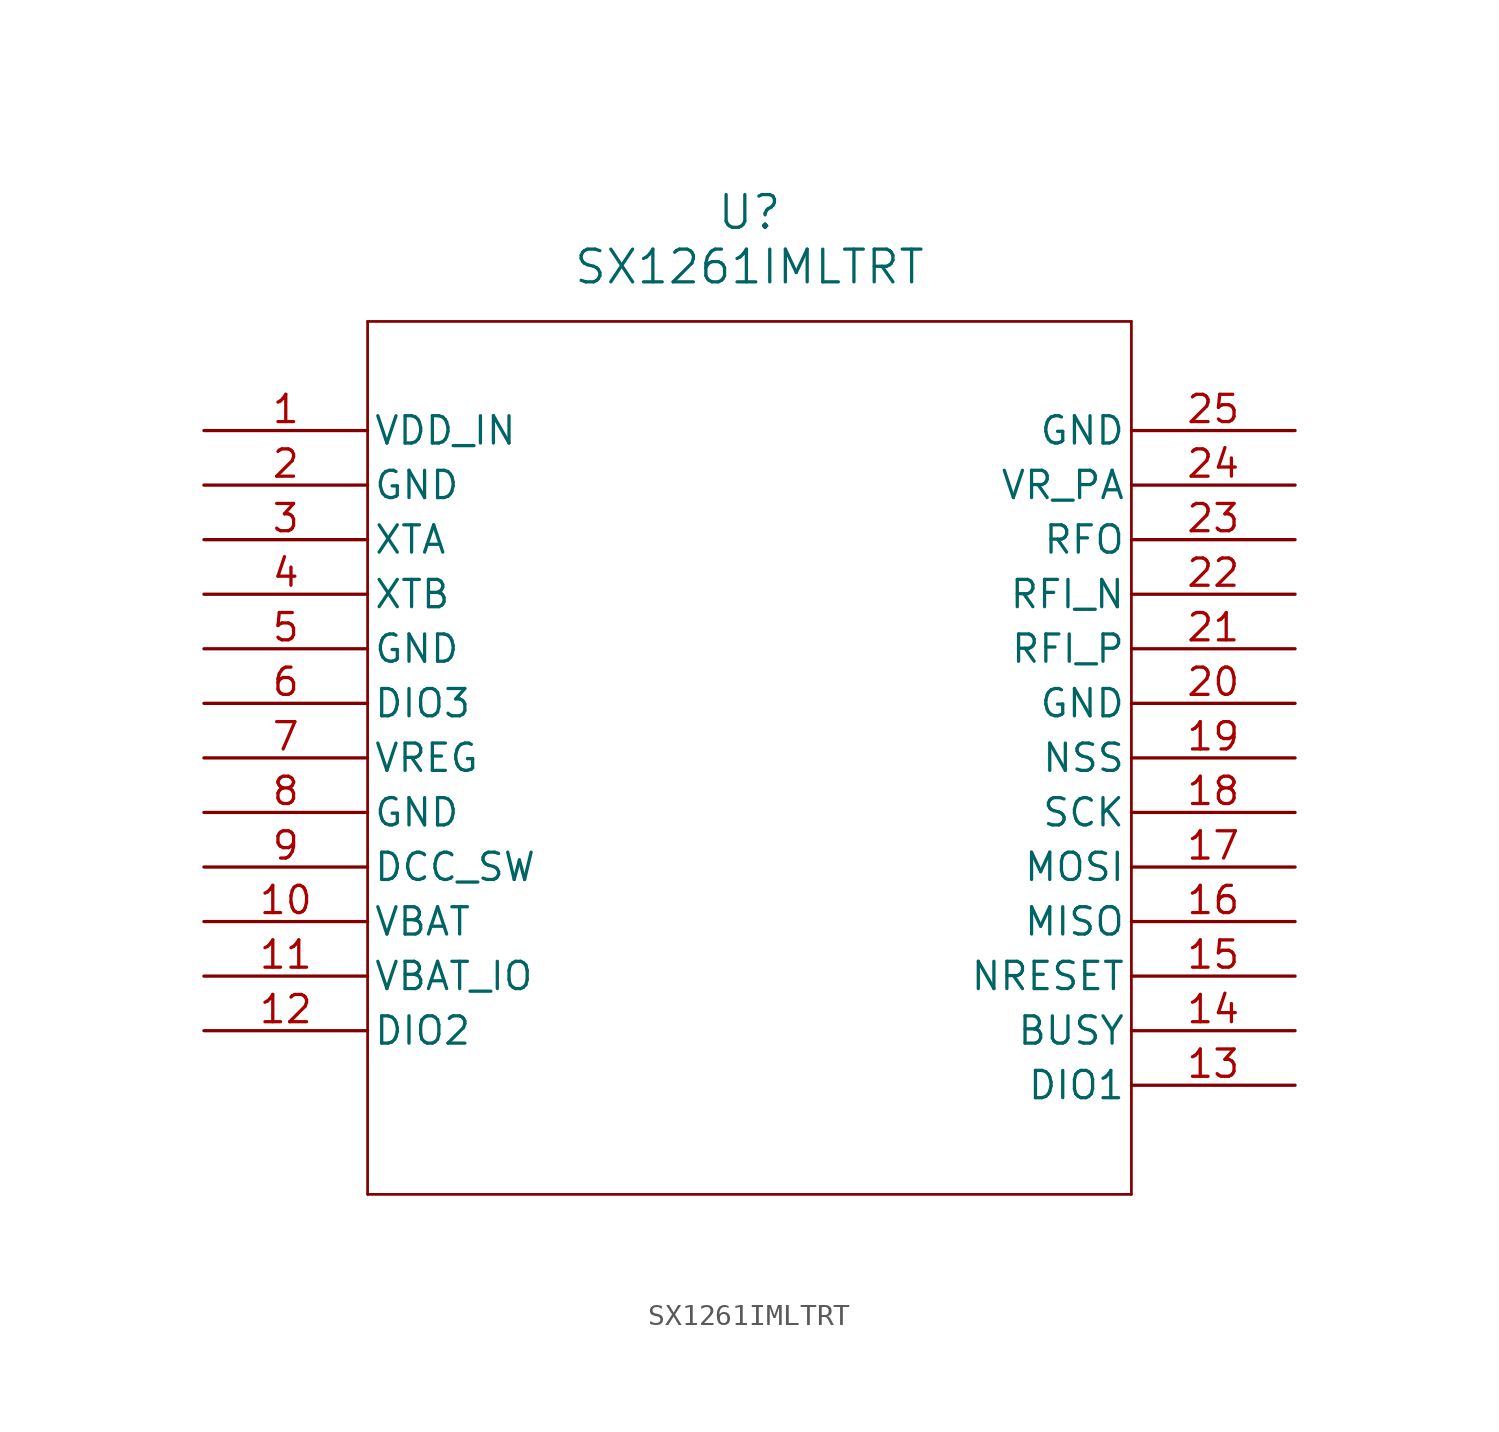
<source format=kicad_sym>
(kicad_symbol_lib
  (version 20211014)
  (generator kicad_symbol_editor)
  (symbol "SX1261IMLTRT"
    (pin_names
      (offset 0.254))
    (property "Reference" "U"
      (at 25.4 10.16 0)
      (effects (font (size 1.524 1.524))))
    (property "Value" "SX1261IMLTRT"
      (at 25.4 7.62 0)
      (effects (font (size 1.524 1.524))))
    (symbol "SX1261IMLTRT_0_1"
      (polyline (pts (xy 7.62 5.08) (xy 7.62 -35.56)) (stroke (width 0.127) (type default) (color 0 0 0 0)) (fill (type none)))
      (polyline (pts (xy 7.62 -35.56) (xy 43.18 -35.56)) (stroke (width 0.127) (type default) (color 0 0 0 0)) (fill (type none)))
      (polyline (pts (xy 43.18 -35.56) (xy 43.18 5.08)) (stroke (width 0.127) (type default) (color 0 0 0 0)) (fill (type none)))
      (polyline (pts (xy 43.18 5.08) (xy 7.62 5.08)) (stroke (width 0.127) (type default) (color 0 0 0 0)) (fill (type none)))
      (pin power_in line (at 0 0 0) (length 7.62) (name "VDD_IN" (effects (font (size 1.27 1.27)))) (number "1" (effects (font (size 1.27 1.27)))))
      (pin power_out line (at 0 -2.54 0) (length 7.62) (name "GND" (effects (font (size 1.27 1.27)))) (number "2" (effects (font (size 1.27 1.27)))))
      (pin unspecified line (at 0 -5.08 0) (length 7.62) (name "XTA" (effects (font (size 1.27 1.27)))) (number "3" (effects (font (size 1.27 1.27)))))
      (pin unspecified line (at 0 -7.62 0) (length 7.62) (name "XTB" (effects (font (size 1.27 1.27)))) (number "4" (effects (font (size 1.27 1.27)))))
      (pin power_out line (at 0 -10.16 0) (length 7.62) (name "GND" (effects (font (size 1.27 1.27)))) (number "5" (effects (font (size 1.27 1.27)))))
      (pin bidirectional line (at 0 -12.7 0) (length 7.62) (name "DIO3" (effects (font (size 1.27 1.27)))) (number "6" (effects (font (size 1.27 1.27)))))
      (pin unspecified line (at 0 -15.24 0) (length 7.62) (name "VREG" (effects (font (size 1.27 1.27)))) (number "7" (effects (font (size 1.27 1.27)))))
      (pin power_out line (at 0 -17.78 0) (length 7.62) (name "GND" (effects (font (size 1.27 1.27)))) (number "8" (effects (font (size 1.27 1.27)))))
      (pin unspecified line (at 0 -20.32 0) (length 7.62) (name "DCC_SW" (effects (font (size 1.27 1.27)))) (number "9" (effects (font (size 1.27 1.27)))))
      (pin unspecified line (at 0 -22.86 0) (length 7.62) (name "VBAT" (effects (font (size 1.27 1.27)))) (number "10" (effects (font (size 1.27 1.27)))))
      (pin unspecified line (at 0 -25.4 0) (length 7.62) (name "VBAT_IO" (effects (font (size 1.27 1.27)))) (number "11" (effects (font (size 1.27 1.27)))))
      (pin bidirectional line (at 0 -27.94 0) (length 7.62) (name "DIO2" (effects (font (size 1.27 1.27)))) (number "12" (effects (font (size 1.27 1.27)))))
      (pin bidirectional line (at 50.8 -30.48 180) (length 7.62) (name "DIO1" (effects (font (size 1.27 1.27)))) (number "13" (effects (font (size 1.27 1.27)))))
      (pin unspecified line (at 50.8 -27.94 180) (length 7.62) (name "BUSY" (effects (font (size 1.27 1.27)))) (number "14" (effects (font (size 1.27 1.27)))))
      (pin unspecified line (at 50.8 -25.4 180) (length 7.62) (name "NRESET" (effects (font (size 1.27 1.27)))) (number "15" (effects (font (size 1.27 1.27)))))
      (pin unspecified line (at 50.8 -22.86 180) (length 7.62) (name "MISO" (effects (font (size 1.27 1.27)))) (number "16" (effects (font (size 1.27 1.27)))))
      (pin unspecified line (at 50.8 -20.32 180) (length 7.62) (name "MOSI" (effects (font (size 1.27 1.27)))) (number "17" (effects (font (size 1.27 1.27)))))
      (pin unspecified line (at 50.8 -17.78 180) (length 7.62) (name "SCK" (effects (font (size 1.27 1.27)))) (number "18" (effects (font (size 1.27 1.27)))))
      (pin unspecified line (at 50.8 -15.24 180) (length 7.62) (name "NSS" (effects (font (size 1.27 1.27)))) (number "19" (effects (font (size 1.27 1.27)))))
      (pin power_out line (at 50.8 -12.7 180) (length 7.62) (name "GND" (effects (font (size 1.27 1.27)))) (number "20" (effects (font (size 1.27 1.27)))))
      (pin unspecified line (at 50.8 -10.16 180) (length 7.62) (name "RFI_P" (effects (font (size 1.27 1.27)))) (number "21" (effects (font (size 1.27 1.27)))))
      (pin unspecified line (at 50.8 -7.62 180) (length 7.62) (name "RFI_N" (effects (font (size 1.27 1.27)))) (number "22" (effects (font (size 1.27 1.27)))))
      (pin unspecified line (at 50.8 -5.08 180) (length 7.62) (name "RFO" (effects (font (size 1.27 1.27)))) (number "23" (effects (font (size 1.27 1.27)))))
      (pin unspecified line (at 50.8 -2.54 180) (length 7.62) (name "VR_PA" (effects (font (size 1.27 1.27)))) (number "24" (effects (font (size 1.27 1.27)))))
      (pin power_out line (at 50.8 0 180) (length 7.62) (name "GND" (effects (font (size 1.27 1.27)))) (number "25" (effects (font (size 1.27 1.27))))))))
</source>
